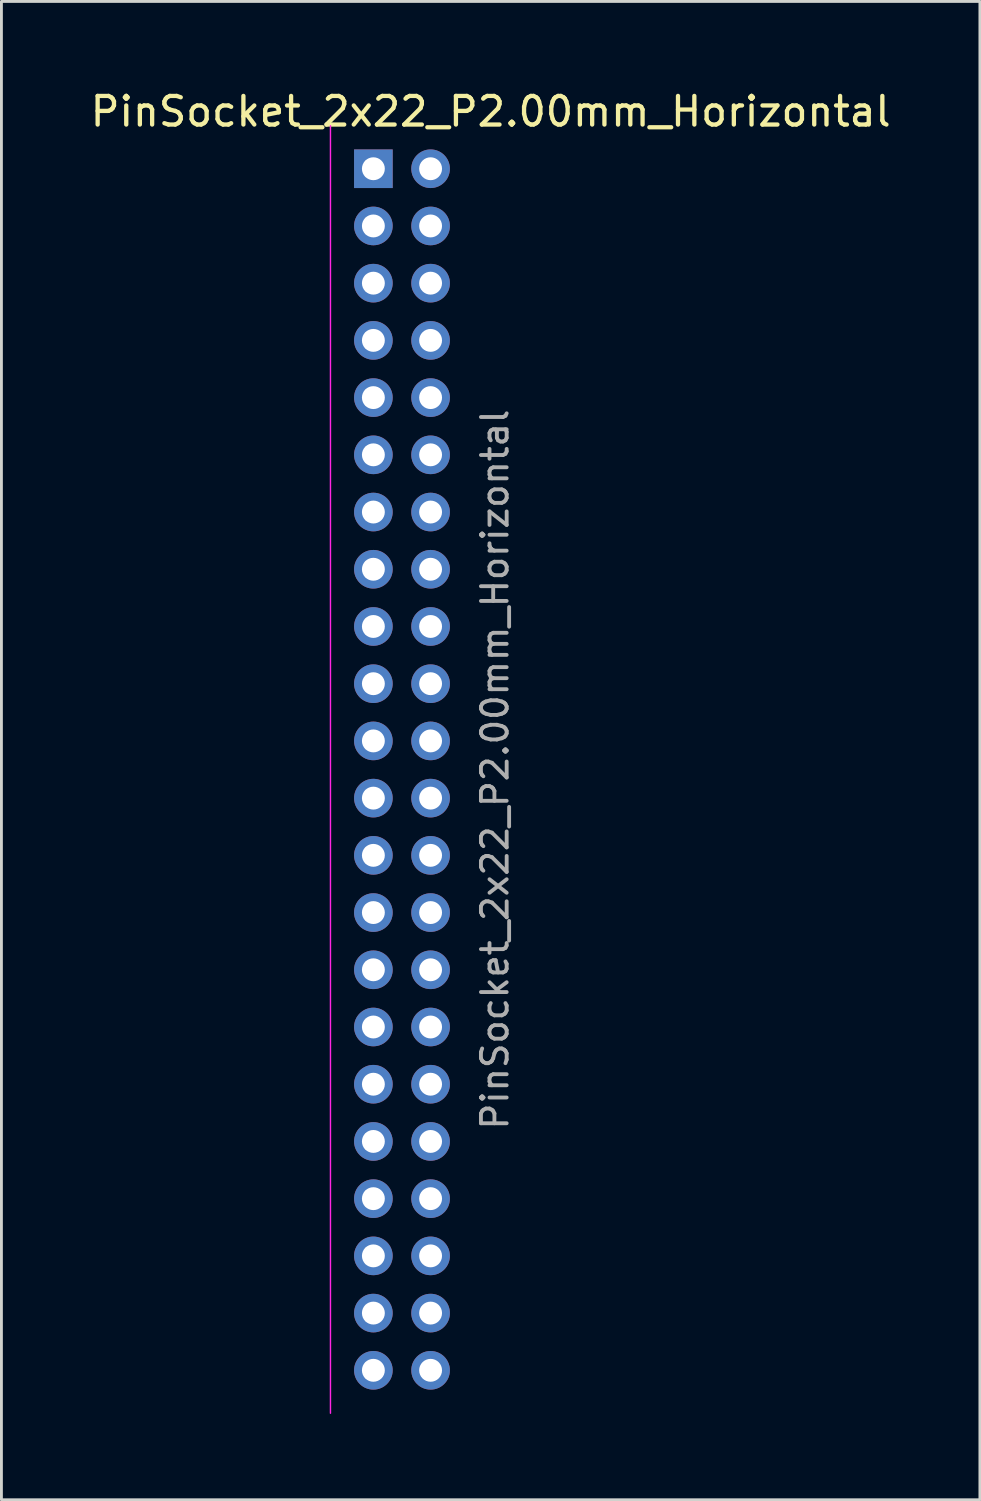
<source format=kicad_pcb>
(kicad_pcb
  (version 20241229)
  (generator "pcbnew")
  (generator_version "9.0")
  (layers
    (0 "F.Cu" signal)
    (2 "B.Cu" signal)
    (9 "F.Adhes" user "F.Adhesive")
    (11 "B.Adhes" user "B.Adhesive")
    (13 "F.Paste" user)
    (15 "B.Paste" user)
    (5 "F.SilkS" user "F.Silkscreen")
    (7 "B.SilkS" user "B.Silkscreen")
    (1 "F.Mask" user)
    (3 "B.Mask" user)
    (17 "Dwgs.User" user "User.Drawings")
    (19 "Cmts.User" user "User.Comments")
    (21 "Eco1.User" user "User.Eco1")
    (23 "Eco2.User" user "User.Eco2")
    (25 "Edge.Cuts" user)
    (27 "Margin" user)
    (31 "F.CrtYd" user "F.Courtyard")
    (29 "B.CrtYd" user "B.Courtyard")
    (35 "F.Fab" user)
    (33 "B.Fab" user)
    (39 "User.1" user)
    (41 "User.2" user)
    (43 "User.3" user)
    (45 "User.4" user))
  (footprint "PinSocket_2x22_P2.00mm_Horizontal"
    (layer "F.Cu")
    (at 10.001 2.848)
    (property "Reference" "PinSocket_2x22_P2.00mm_Horizontal" (at 4.1 -2 0) (layer "F.SilkS") (effects (font (size 1 1) (thickness 0.15))))
    (attr through_hole)
    (fp_line (start -1.5 -1.5) (end -1.5 43.5) (stroke (width 0.05) (type solid)) (layer "F.CrtYd"))
    (fp_line (start -0.25 -0.25) (end -0.25 0.25) (stroke (width 0.1) (type solid)) (layer "F.Fab"))
    (fp_line (start -0.25 1.75) (end -0.25 2.25) (stroke (width 0.1) (type solid)) (layer "F.Fab"))
    (fp_line (start -0.25 3.75) (end -0.25 4.25) (stroke (width 0.1) (type solid)) (layer "F.Fab"))
    (fp_line (start -0.25 5.75) (end -0.25 6.25) (stroke (width 0.1) (type solid)) (layer "F.Fab"))
    (fp_line (start -0.25 7.75) (end -0.25 8.25) (stroke (width 0.1) (type solid)) (layer "F.Fab"))
    (fp_line (start -0.25 9.75) (end -0.25 10.25) (stroke (width 0.1) (type solid)) (layer "F.Fab"))
    (fp_line (start -0.25 11.75) (end -0.25 12.25) (stroke (width 0.1) (type solid)) (layer "F.Fab"))
    (fp_line (start -0.25 13.75) (end -0.25 14.25) (stroke (width 0.1) (type solid)) (layer "F.Fab"))
    (fp_line (start -0.25 15.75) (end -0.25 16.25) (stroke (width 0.1) (type solid)) (layer "F.Fab"))
    (fp_line (start -0.25 17.75) (end -0.25 18.25) (stroke (width 0.1) (type solid)) (layer "F.Fab"))
    (fp_line (start -0.25 19.75) (end -0.25 20.25) (stroke (width 0.1) (type solid)) (layer "F.Fab"))
    (fp_line (start -0.25 21.75) (end -0.25 22.25) (stroke (width 0.1) (type solid)) (layer "F.Fab"))
    (fp_line (start -0.25 23.75) (end -0.25 24.25) (stroke (width 0.1) (type solid)) (layer "F.Fab"))
    (fp_line (start -0.25 25.75) (end -0.25 26.25) (stroke (width 0.1) (type solid)) (layer "F.Fab"))
    (fp_line (start -0.25 27.75) (end -0.25 28.25) (stroke (width 0.1) (type solid)) (layer "F.Fab"))
    (fp_line (start -0.25 29.75) (end -0.25 30.25) (stroke (width 0.1) (type solid)) (layer "F.Fab"))
    (fp_line (start -0.25 31.75) (end -0.25 32.25) (stroke (width 0.1) (type solid)) (layer "F.Fab"))
    (fp_line (start -0.25 33.75) (end -0.25 34.25) (stroke (width 0.1) (type solid)) (layer "F.Fab"))
    (fp_line (start -0.25 35.75) (end -0.25 36.25) (stroke (width 0.1) (type solid)) (layer "F.Fab"))
    (fp_line (start -0.25 37.75) (end -0.25 38.25) (stroke (width 0.1) (type solid)) (layer "F.Fab"))
    (fp_line (start -0.25 39.75) (end -0.25 40.25) (stroke (width 0.1) (type solid)) (layer "F.Fab"))
    (fp_line (start -0.25 41.75) (end -0.25 42.25) (stroke (width 0.1) (type solid)) (layer "F.Fab"))
    (fp_text user "${REFERENCE}" (at 4.25 21 90) (layer "F.Fab") (effects (font (size 0.9 0.9) (thickness 0.135))))
    (pad "1" thru_hole rect (at 0 0) (size 1.35 1.35) (drill 0.8) (layers "*.Cu" "*.Mask"))
    (pad "2" thru_hole oval (at 2 0) (size 1.35 1.35) (drill 0.8) (layers "*.Cu" "*.Mask"))
    (pad "3" thru_hole oval (at 0 2) (size 1.35 1.35) (drill 0.8) (layers "*.Cu" "*.Mask"))
    (pad "4" thru_hole oval (at 2 2) (size 1.35 1.35) (drill 0.8) (layers "*.Cu" "*.Mask"))
    (pad "5" thru_hole oval (at 0 4) (size 1.35 1.35) (drill 0.8) (layers "*.Cu" "*.Mask"))
    (pad "6" thru_hole oval (at 2 4) (size 1.35 1.35) (drill 0.8) (layers "*.Cu" "*.Mask"))
    (pad "7" thru_hole oval (at 0 6) (size 1.35 1.35) (drill 0.8) (layers "*.Cu" "*.Mask"))
    (pad "8" thru_hole oval (at 2 6) (size 1.35 1.35) (drill 0.8) (layers "*.Cu" "*.Mask"))
    (pad "9" thru_hole oval (at 0 8) (size 1.35 1.35) (drill 0.8) (layers "*.Cu" "*.Mask"))
    (pad "10" thru_hole oval (at 2 8) (size 1.35 1.35) (drill 0.8) (layers "*.Cu" "*.Mask"))
    (pad "11" thru_hole oval (at 0 10) (size 1.35 1.35) (drill 0.8) (layers "*.Cu" "*.Mask"))
    (pad "12" thru_hole oval (at 2 10) (size 1.35 1.35) (drill 0.8) (layers "*.Cu" "*.Mask"))
    (pad "13" thru_hole oval (at 0 12) (size 1.35 1.35) (drill 0.8) (layers "*.Cu" "*.Mask"))
    (pad "14" thru_hole oval (at 2 12) (size 1.35 1.35) (drill 0.8) (layers "*.Cu" "*.Mask"))
    (pad "15" thru_hole oval (at 0 14) (size 1.35 1.35) (drill 0.8) (layers "*.Cu" "*.Mask"))
    (pad "16" thru_hole oval (at 2 14) (size 1.35 1.35) (drill 0.8) (layers "*.Cu" "*.Mask"))
    (pad "17" thru_hole oval (at 0 16) (size 1.35 1.35) (drill 0.8) (layers "*.Cu" "*.Mask"))
    (pad "18" thru_hole oval (at 2 16) (size 1.35 1.35) (drill 0.8) (layers "*.Cu" "*.Mask"))
    (pad "19" thru_hole oval (at 0 18) (size 1.35 1.35) (drill 0.8) (layers "*.Cu" "*.Mask"))
    (pad "20" thru_hole oval (at 2 18) (size 1.35 1.35) (drill 0.8) (layers "*.Cu" "*.Mask"))
    (pad "21" thru_hole oval (at 0 20) (size 1.35 1.35) (drill 0.8) (layers "*.Cu" "*.Mask"))
    (pad "22" thru_hole oval (at 2 20) (size 1.35 1.35) (drill 0.8) (layers "*.Cu" "*.Mask"))
    (pad "23" thru_hole oval (at 0 22) (size 1.35 1.35) (drill 0.8) (layers "*.Cu" "*.Mask"))
    (pad "24" thru_hole oval (at 2 22) (size 1.35 1.35) (drill 0.8) (layers "*.Cu" "*.Mask"))
    (pad "25" thru_hole oval (at 0 24) (size 1.35 1.35) (drill 0.8) (layers "*.Cu" "*.Mask"))
    (pad "26" thru_hole oval (at 2 24) (size 1.35 1.35) (drill 0.8) (layers "*.Cu" "*.Mask"))
    (pad "27" thru_hole oval (at 0 26) (size 1.35 1.35) (drill 0.8) (layers "*.Cu" "*.Mask"))
    (pad "28" thru_hole oval (at 2 26) (size 1.35 1.35) (drill 0.8) (layers "*.Cu" "*.Mask"))
    (pad "29" thru_hole oval (at 0 28) (size 1.35 1.35) (drill 0.8) (layers "*.Cu" "*.Mask"))
    (pad "30" thru_hole oval (at 2 28) (size 1.35 1.35) (drill 0.8) (layers "*.Cu" "*.Mask"))
    (pad "31" thru_hole oval (at 0 30) (size 1.35 1.35) (drill 0.8) (layers "*.Cu" "*.Mask"))
    (pad "32" thru_hole oval (at 2 30) (size 1.35 1.35) (drill 0.8) (layers "*.Cu" "*.Mask"))
    (pad "33" thru_hole oval (at 0 32) (size 1.35 1.35) (drill 0.8) (layers "*.Cu" "*.Mask"))
    (pad "34" thru_hole oval (at 2 32) (size 1.35 1.35) (drill 0.8) (layers "*.Cu" "*.Mask"))
    (pad "35" thru_hole oval (at 0 34) (size 1.35 1.35) (drill 0.8) (layers "*.Cu" "*.Mask"))
    (pad "36" thru_hole oval (at 2 34) (size 1.35 1.35) (drill 0.8) (layers "*.Cu" "*.Mask"))
    (pad "37" thru_hole oval (at 0 36) (size 1.35 1.35) (drill 0.8) (layers "*.Cu" "*.Mask"))
    (pad "38" thru_hole oval (at 2 36) (size 1.35 1.35) (drill 0.8) (layers "*.Cu" "*.Mask"))
    (pad "39" thru_hole oval (at 0 38) (size 1.35 1.35) (drill 0.8) (layers "*.Cu" "*.Mask"))
    (pad "40" thru_hole oval (at 2 38) (size 1.35 1.35) (drill 0.8) (layers "*.Cu" "*.Mask"))
    (pad "41" thru_hole oval (at 0 40) (size 1.35 1.35) (drill 0.8) (layers "*.Cu" "*.Mask"))
    (pad "42" thru_hole oval (at 2 40) (size 1.35 1.35) (drill 0.8) (layers "*.Cu" "*.Mask"))
    (pad "43" thru_hole oval (at 0 42) (size 1.35 1.35) (drill 0.8) (layers "*.Cu" "*.Mask"))
    (pad "44" thru_hole oval (at 2 42) (size 1.35 1.35) (drill 0.8) (layers "*.Cu" "*.Mask")))
  (gr_rect
    (start -3 -3)
    (end 31.202 49.373)
    (stroke (width 0.1) (type default))
    (fill no)
    (layer "Edge.Cuts")))
</source>
